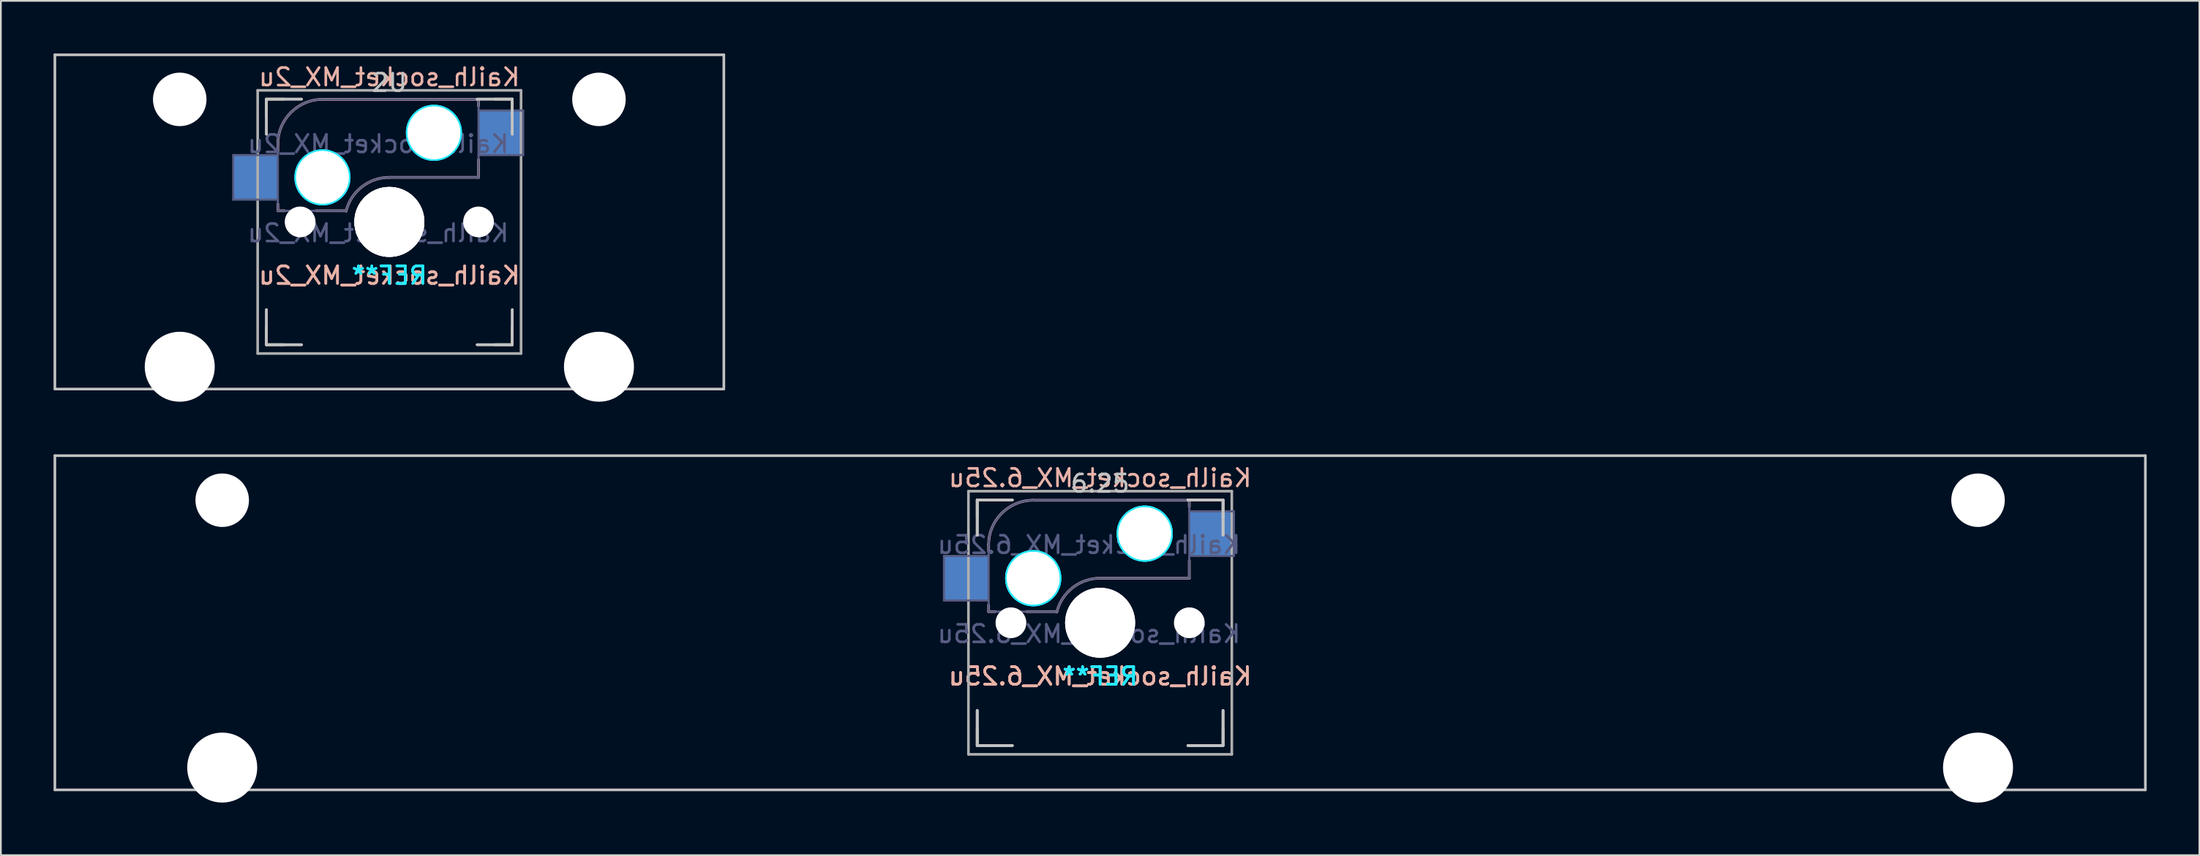
<source format=kicad_pcb>
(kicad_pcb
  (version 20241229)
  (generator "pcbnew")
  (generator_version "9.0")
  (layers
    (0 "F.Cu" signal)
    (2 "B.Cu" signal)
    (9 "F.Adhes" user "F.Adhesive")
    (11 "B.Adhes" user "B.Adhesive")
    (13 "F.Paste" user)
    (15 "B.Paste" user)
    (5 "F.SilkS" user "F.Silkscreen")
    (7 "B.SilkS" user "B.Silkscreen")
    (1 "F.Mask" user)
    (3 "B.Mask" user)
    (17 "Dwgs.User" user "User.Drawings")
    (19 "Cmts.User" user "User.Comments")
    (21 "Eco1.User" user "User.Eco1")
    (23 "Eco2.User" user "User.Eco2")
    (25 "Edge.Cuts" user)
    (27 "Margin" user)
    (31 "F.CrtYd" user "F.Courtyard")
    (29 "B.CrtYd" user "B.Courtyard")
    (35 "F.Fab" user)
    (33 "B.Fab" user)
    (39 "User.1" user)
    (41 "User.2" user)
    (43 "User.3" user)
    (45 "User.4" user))
  (footprint "Kailh_socket_MX_2u"
    (layer "F.Cu")
    (at 19.125 9.6)
    (property "Reference" "Kailh_socket_MX_2u" (at 0 -8.255 0) (layer "B.SilkS") (effects (font (size 1 1) (thickness 0.15)) (justify mirror)))
    (property "Value" "Kailh_socket_MX_2u" (at 0 8.255 0) (layer "F.Fab") (hide yes) (effects (font (size 1 1) (thickness 0.15))))
    (attr smd)
    (fp_line (start -7 -6) (end -7 -7) (stroke (width 0.15) (type solid)) (layer "F.SilkS"))
    (fp_line (start -7 7) (end -7 6) (stroke (width 0.15) (type solid)) (layer "F.SilkS"))
    (fp_line (start -7 7) (end -6 7) (stroke (width 0.15) (type solid)) (layer "F.SilkS"))
    (fp_line (start -6 -7) (end -7 -7) (stroke (width 0.15) (type solid)) (layer "F.SilkS"))
    (fp_line (start 6 7) (end 7 7) (stroke (width 0.15) (type solid)) (layer "F.SilkS"))
    (fp_line (start 7 -7) (end 6 -7) (stroke (width 0.15) (type solid)) (layer "F.SilkS"))
    (fp_line (start 7 -7) (end 7 -6) (stroke (width 0.15) (type solid)) (layer "F.SilkS"))
    (fp_line (start 7 6) (end 7 7) (stroke (width 0.15) (type solid)) (layer "F.SilkS"))
    (fp_line (start -6.35 -4.445) (end -6.35 -4.064) (stroke (width 0.15) (type solid)) (layer "B.SilkS"))
    (fp_line (start -6.35 -1.016) (end -6.35 -0.635) (stroke (width 0.15) (type solid)) (layer "B.SilkS"))
    (fp_line (start -5.969 -0.635) (end -6.35 -0.635) (stroke (width 0.15) (type solid)) (layer "B.SilkS"))
    (fp_line (start -3.81 -6.985) (end 5.08 -6.985) (stroke (width 0.15) (type solid)) (layer "B.SilkS"))
    (fp_line (start -2.464 -0.635) (end -4.191 -0.635) (stroke (width 0.15) (type solid)) (layer "B.SilkS"))
    (fp_line (start 5.08 -6.985) (end 5.08 -6.604) (stroke (width 0.15) (type solid)) (layer "B.SilkS"))
    (fp_line (start 5.08 -3.556) (end 5.08 -2.54) (stroke (width 0.15) (type solid)) (layer "B.SilkS"))
    (fp_line (start 5.08 -2.54) (end 0 -2.54) (stroke (width 0.15) (type solid)) (layer "B.SilkS"))
    (fp_arc (start -6.35 -4.445) (mid -5.606051 -6.241051) (end -3.81 -6.985) (stroke (width 0.15) (type solid)) (layer "B.SilkS"))
    (fp_arc (start -2.464162 -0.61604) (mid -1.563147 -2.002042) (end 0 -2.54) (stroke (width 0.15) (type solid)) (layer "B.SilkS"))
    (fp_line (start -19.05 -9.525) (end 19.05 -9.525) (stroke (width 0.15) (type solid)) (layer "Dwgs.User"))
    (fp_line (start -19.05 9.525) (end -19.05 -9.525) (stroke (width 0.15) (type solid)) (layer "Dwgs.User"))
    (fp_line (start -7 -7) (end -7 -5) (stroke (width 0.15) (type solid)) (layer "Dwgs.User"))
    (fp_line (start -7 -7) (end -7 -5) (stroke (width 0.15) (type solid)) (layer "Dwgs.User"))
    (fp_line (start -7 5) (end -7 7) (stroke (width 0.15) (type solid)) (layer "Dwgs.User"))
    (fp_line (start -7 5) (end -7 7) (stroke (width 0.15) (type solid)) (layer "Dwgs.User"))
    (fp_line (start -7 7) (end -5 7) (stroke (width 0.15) (type solid)) (layer "Dwgs.User"))
    (fp_line (start -7 7) (end -5 7) (stroke (width 0.15) (type solid)) (layer "Dwgs.User"))
    (fp_line (start -5 -7) (end -7 -7) (stroke (width 0.15) (type solid)) (layer "Dwgs.User"))
    (fp_line (start -5 -7) (end -7 -7) (stroke (width 0.15) (type solid)) (layer "Dwgs.User"))
    (fp_line (start 5 -7) (end 7 -7) (stroke (width 0.15) (type solid)) (layer "Dwgs.User"))
    (fp_line (start 5 -7) (end 7 -7) (stroke (width 0.15) (type solid)) (layer "Dwgs.User"))
    (fp_line (start 5 7) (end 7 7) (stroke (width 0.15) (type solid)) (layer "Dwgs.User"))
    (fp_line (start 5 7) (end 7 7) (stroke (width 0.15) (type solid)) (layer "Dwgs.User"))
    (fp_line (start 7 -7) (end 7 -5) (stroke (width 0.15) (type solid)) (layer "Dwgs.User"))
    (fp_line (start 7 -7) (end 7 -5) (stroke (width 0.15) (type solid)) (layer "Dwgs.User"))
    (fp_line (start 7 7) (end 7 5) (stroke (width 0.15) (type solid)) (layer "Dwgs.User"))
    (fp_line (start 7 7) (end 7 5) (stroke (width 0.15) (type solid)) (layer "Dwgs.User"))
    (fp_line (start 19.05 -9.525) (end 19.05 9.525) (stroke (width 0.15) (type solid)) (layer "Dwgs.User"))
    (fp_line (start 19.05 9.525) (end -19.05 9.525) (stroke (width 0.15) (type solid)) (layer "Dwgs.User"))
    (fp_line (start -6.9 6.9) (end -6.9 -6.9) (stroke (width 0.15) (type solid)) (layer "Eco2.User"))
    (fp_line (start -6.9 6.9) (end 6.9 6.9) (stroke (width 0.15) (type solid)) (layer "Eco2.User"))
    (fp_line (start 6.9 -6.9) (end -6.9 -6.9) (stroke (width 0.15) (type solid)) (layer "Eco2.User"))
    (fp_line (start 6.9 -6.9) (end 6.9 6.9) (stroke (width 0.15) (type solid)) (layer "Eco2.User"))
    (fp_circle (center -3.81 -2.54) (end -3.81 -4.064) (stroke (width 0.15) (type solid)) (fill no) (layer "B.CrtYd"))
    (fp_circle (center -3.81 -2.54) (end -3.81 -4.064) (stroke (width 0.15) (type solid)) (fill no) (layer "B.CrtYd"))
    (fp_circle (center 2.54 -5.08) (end 2.54 -6.604) (stroke (width 0.15) (type solid)) (fill no) (layer "B.CrtYd"))
    (fp_circle (center 2.54 -5.08) (end 2.54 -6.604) (stroke (width 0.15) (type solid)) (fill no) (layer "B.CrtYd"))
    (fp_line (start -8.89 -3.81) (end -6.35 -3.81) (stroke (width 0.12) (type solid)) (layer "B.Fab"))
    (fp_line (start -8.89 -1.27) (end -8.89 -3.81) (stroke (width 0.12) (type solid)) (layer "B.Fab"))
    (fp_line (start -6.35 -1.27) (end -8.89 -1.27) (stroke (width 0.12) (type solid)) (layer "B.Fab"))
    (fp_line (start -6.35 -0.635) (end -6.35 -4.445) (stroke (width 0.12) (type solid)) (layer "B.Fab"))
    (fp_line (start -6.35 -0.635) (end -2.54 -0.635) (stroke (width 0.12) (type solid)) (layer "B.Fab"))
    (fp_line (start -3.81 -6.985) (end 5.08 -6.985) (stroke (width 0.12) (type solid)) (layer "B.Fab"))
    (fp_line (start 5.08 -6.985) (end 5.08 -2.54) (stroke (width 0.12) (type solid)) (layer "B.Fab"))
    (fp_line (start 5.08 -6.35) (end 7.62 -6.35) (stroke (width 0.12) (type solid)) (layer "B.Fab"))
    (fp_line (start 5.08 -2.54) (end 0 -2.54) (stroke (width 0.12) (type solid)) (layer "B.Fab"))
    (fp_line (start 7.62 -6.35) (end 7.62 -3.81) (stroke (width 0.12) (type solid)) (layer "B.Fab"))
    (fp_line (start 7.62 -3.81) (end 5.08 -3.81) (stroke (width 0.12) (type solid)) (layer "B.Fab"))
    (fp_arc (start -6.35 -4.445) (mid -5.606051 -6.241051) (end -3.81 -6.985) (stroke (width 0.12) (type solid)) (layer "B.Fab"))
    (fp_arc (start -2.464162 -0.61604) (mid -1.563147 -2.002042) (end 0 -2.54) (stroke (width 0.12) (type solid)) (layer "B.Fab"))
    (fp_line (start -7.5 -7.5) (end 7.5 -7.5) (stroke (width 0.15) (type solid)) (layer "F.Fab"))
    (fp_line (start -7.5 7.5) (end -7.5 -7.5) (stroke (width 0.15) (type solid)) (layer "F.Fab"))
    (fp_line (start 7.5 -7.5) (end 7.5 7.5) (stroke (width 0.15) (type solid)) (layer "F.Fab"))
    (fp_line (start 7.5 7.5) (end -7.5 7.5) (stroke (width 0.15) (type solid)) (layer "F.Fab"))
    (fp_text user "${REFERENCE}" (at 0 3.048 0) (layer "B.SilkS") (effects (font (size 1 1) (thickness 0.15)) (justify mirror)))
    (fp_text user "${REFERENCE}" (at 0 3.048 0) (layer "B.SilkS") (effects (font (size 1 1) (thickness 0.15)) (justify mirror)))
    (fp_text user "2U" (at 0 -7.938 0) (layer "Dwgs.User") (effects (font (size 1 1) (thickness 0.15))))
    (fp_text user "REF**" (at 0 3.048 0) (layer "B.CrtYd") (effects (font (size 1 1) (thickness 0.15)) (justify mirror)))
    (fp_text user "REF**" (at 0 3.048 0) (layer "B.CrtYd") (effects (font (size 1 1) (thickness 0.15)) (justify mirror)))
    (fp_text user "${REFERENCE}" (at -0.635 -4.445 0) (layer "B.Fab") (effects (font (size 1 1) (thickness 0.15)) (justify mirror)))
    (fp_text user "${VALUE}" (at -0.635 0.635 0) (layer "B.Fab") (effects (font (size 1 1) (thickness 0.15)) (justify mirror)))
    (pad "" np_thru_hole circle (at -11.938 -6.985) (size 3.048 3.048) (drill 3.048) (layers "*.Cu" "*.Mask"))
    (pad "" np_thru_hole circle (at -11.938 8.255) (size 3.988 3.988) (drill 3.988) (layers "*.Cu" "*.Mask"))
    (pad "" np_thru_hole circle (at -5.08 0) (size 1.702 1.702) (drill 1.702) (layers "*.Cu" "*.Mask"))
    (pad "" np_thru_hole circle (at -5.08 0 48.1) (size 1.75 1.75) (drill 1.75) (layers "*.Cu" "*.Mask"))
    (pad "" np_thru_hole circle (at -3.81 -2.54) (size 3 3) (drill 3) (layers "*.Cu" "*.Mask"))
    (pad "" np_thru_hole circle (at -3.81 -2.54) (size 3 3) (drill 3) (layers "*.Cu" "*.Mask"))
    (pad "" np_thru_hole circle (at 0 0) (size 3.988 3.988) (drill 3.988) (layers "*.Cu" "*.Mask"))
    (pad "" np_thru_hole circle (at 0 0) (size 3.988 3.988) (drill 3.988) (layers "*.Cu" "*.Mask"))
    (pad "" np_thru_hole circle (at 0 0) (size 3.988 3.988) (drill 3.988) (layers "*.Cu" "*.Mask"))
    (pad "" np_thru_hole circle (at 2.54 -5.08) (size 3 3) (drill 3) (layers "*.Cu" "*.Mask"))
    (pad "" np_thru_hole circle (at 2.54 -5.08) (size 3 3) (drill 3) (layers "*.Cu" "*.Mask"))
    (pad "" np_thru_hole circle (at 5.08 0) (size 1.702 1.702) (drill 1.702) (layers "*.Cu" "*.Mask"))
    (pad "" np_thru_hole circle (at 5.08 0 48.1) (size 1.75 1.75) (drill 1.75) (layers "*.Cu" "*.Mask"))
    (pad "" np_thru_hole circle (at 11.938 -6.985) (size 3.048 3.048) (drill 3.048) (layers "*.Cu" "*.Mask"))
    (pad "" np_thru_hole circle (at 11.938 8.255) (size 3.988 3.988) (drill 3.988) (layers "*.Cu" "*.Mask"))
    (pad "1" smd rect (at -7.62 -2.54) (size 2.55 2.5) (layers "B.Cu" "B.Mask" "B.Paste"))
    (pad "2" smd rect (at 6.35 -5.08) (size 2.55 2.5) (layers "B.Cu" "B.Mask" "B.Paste")))
  (footprint "Kailh_socket_MX_6.25u"
    (layer "F.Cu")
    (at 59.606 32.449)
    (property "Reference" "Kailh_socket_MX_6.25u" (at 0 -8.255 0) (layer "B.SilkS") (effects (font (size 1 1) (thickness 0.15)) (justify mirror)))
    (property "Value" "Kailh_socket_MX_6.25u" (at 0 8.255 0) (layer "F.Fab") (hide yes) (effects (font (size 1 1) (thickness 0.15))))
    (attr smd)
    (fp_line (start -7 -6) (end -7 -7) (stroke (width 0.15) (type solid)) (layer "F.SilkS"))
    (fp_line (start -7 7) (end -7 6) (stroke (width 0.15) (type solid)) (layer "F.SilkS"))
    (fp_line (start -7 7) (end -6 7) (stroke (width 0.15) (type solid)) (layer "F.SilkS"))
    (fp_line (start -6 -7) (end -7 -7) (stroke (width 0.15) (type solid)) (layer "F.SilkS"))
    (fp_line (start 6 7) (end 7 7) (stroke (width 0.15) (type solid)) (layer "F.SilkS"))
    (fp_line (start 7 -7) (end 6 -7) (stroke (width 0.15) (type solid)) (layer "F.SilkS"))
    (fp_line (start 7 -7) (end 7 -6) (stroke (width 0.15) (type solid)) (layer "F.SilkS"))
    (fp_line (start 7 6) (end 7 7) (stroke (width 0.15) (type solid)) (layer "F.SilkS"))
    (fp_line (start -6.35 -4.445) (end -6.35 -4.064) (stroke (width 0.15) (type solid)) (layer "B.SilkS"))
    (fp_line (start -6.35 -1.016) (end -6.35 -0.635) (stroke (width 0.15) (type solid)) (layer "B.SilkS"))
    (fp_line (start -5.969 -0.635) (end -6.35 -0.635) (stroke (width 0.15) (type solid)) (layer "B.SilkS"))
    (fp_line (start -3.81 -6.985) (end 5.08 -6.985) (stroke (width 0.15) (type solid)) (layer "B.SilkS"))
    (fp_line (start -2.464 -0.635) (end -4.191 -0.635) (stroke (width 0.15) (type solid)) (layer "B.SilkS"))
    (fp_line (start 5.08 -6.985) (end 5.08 -6.604) (stroke (width 0.15) (type solid)) (layer "B.SilkS"))
    (fp_line (start 5.08 -3.556) (end 5.08 -2.54) (stroke (width 0.15) (type solid)) (layer "B.SilkS"))
    (fp_line (start 5.08 -2.54) (end 0 -2.54) (stroke (width 0.15) (type solid)) (layer "B.SilkS"))
    (fp_arc (start -6.35 -4.445) (mid -5.606051 -6.241051) (end -3.81 -6.985) (stroke (width 0.15) (type solid)) (layer "B.SilkS"))
    (fp_arc (start -2.464162 -0.61604) (mid -1.563147 -2.002042) (end 0 -2.54) (stroke (width 0.15) (type solid)) (layer "B.SilkS"))
    (fp_line (start -59.531 -9.525) (end 59.531 -9.525) (stroke (width 0.15) (type solid)) (layer "Dwgs.User"))
    (fp_line (start -59.531 9.525) (end -59.531 -9.525) (stroke (width 0.15) (type solid)) (layer "Dwgs.User"))
    (fp_line (start -7 -7) (end -7 -5) (stroke (width 0.15) (type solid)) (layer "Dwgs.User"))
    (fp_line (start -7 -7) (end -7 -5) (stroke (width 0.15) (type solid)) (layer "Dwgs.User"))
    (fp_line (start -7 -7) (end -7 -5) (stroke (width 0.15) (type solid)) (layer "Dwgs.User"))
    (fp_line (start -7 5) (end -7 7) (stroke (width 0.15) (type solid)) (layer "Dwgs.User"))
    (fp_line (start -7 5) (end -7 7) (stroke (width 0.15) (type solid)) (layer "Dwgs.User"))
    (fp_line (start -7 5) (end -7 7) (stroke (width 0.15) (type solid)) (layer "Dwgs.User"))
    (fp_line (start -7 7) (end -5 7) (stroke (width 0.15) (type solid)) (layer "Dwgs.User"))
    (fp_line (start -7 7) (end -5 7) (stroke (width 0.15) (type solid)) (layer "Dwgs.User"))
    (fp_line (start -7 7) (end -5 7) (stroke (width 0.15) (type solid)) (layer "Dwgs.User"))
    (fp_line (start -5 -7) (end -7 -7) (stroke (width 0.15) (type solid)) (layer "Dwgs.User"))
    (fp_line (start -5 -7) (end -7 -7) (stroke (width 0.15) (type solid)) (layer "Dwgs.User"))
    (fp_line (start -5 -7) (end -7 -7) (stroke (width 0.15) (type solid)) (layer "Dwgs.User"))
    (fp_line (start 5 -7) (end 7 -7) (stroke (width 0.15) (type solid)) (layer "Dwgs.User"))
    (fp_line (start 5 -7) (end 7 -7) (stroke (width 0.15) (type solid)) (layer "Dwgs.User"))
    (fp_line (start 5 -7) (end 7 -7) (stroke (width 0.15) (type solid)) (layer "Dwgs.User"))
    (fp_line (start 5 7) (end 7 7) (stroke (width 0.15) (type solid)) (layer "Dwgs.User"))
    (fp_line (start 5 7) (end 7 7) (stroke (width 0.15) (type solid)) (layer "Dwgs.User"))
    (fp_line (start 5 7) (end 7 7) (stroke (width 0.15) (type solid)) (layer "Dwgs.User"))
    (fp_line (start 7 -7) (end 7 -5) (stroke (width 0.15) (type solid)) (layer "Dwgs.User"))
    (fp_line (start 7 -7) (end 7 -5) (stroke (width 0.15) (type solid)) (layer "Dwgs.User"))
    (fp_line (start 7 -7) (end 7 -5) (stroke (width 0.15) (type solid)) (layer "Dwgs.User"))
    (fp_line (start 7 7) (end 7 5) (stroke (width 0.15) (type solid)) (layer "Dwgs.User"))
    (fp_line (start 7 7) (end 7 5) (stroke (width 0.15) (type solid)) (layer "Dwgs.User"))
    (fp_line (start 7 7) (end 7 5) (stroke (width 0.15) (type solid)) (layer "Dwgs.User"))
    (fp_line (start 59.531 -9.525) (end 59.531 9.525) (stroke (width 0.15) (type solid)) (layer "Dwgs.User"))
    (fp_line (start 59.531 9.525) (end -59.531 9.525) (stroke (width 0.15) (type solid)) (layer "Dwgs.User"))
    (fp_line (start -6.9 6.9) (end -6.9 -6.9) (stroke (width 0.15) (type solid)) (layer "Eco2.User"))
    (fp_line (start -6.9 6.9) (end 6.9 6.9) (stroke (width 0.15) (type solid)) (layer "Eco2.User"))
    (fp_line (start 6.9 -6.9) (end -6.9 -6.9) (stroke (width 0.15) (type solid)) (layer "Eco2.User"))
    (fp_line (start 6.9 -6.9) (end 6.9 6.9) (stroke (width 0.15) (type solid)) (layer "Eco2.User"))
    (fp_circle (center -3.81 -2.54) (end -3.81 -4.064) (stroke (width 0.15) (type solid)) (fill no) (layer "B.CrtYd"))
    (fp_circle (center -3.81 -2.54) (end -3.81 -4.064) (stroke (width 0.15) (type solid)) (fill no) (layer "B.CrtYd"))
    (fp_circle (center -3.81 -2.54) (end -3.81 -4.064) (stroke (width 0.15) (type solid)) (fill no) (layer "B.CrtYd"))
    (fp_circle (center 2.54 -5.08) (end 2.54 -6.604) (stroke (width 0.15) (type solid)) (fill no) (layer "B.CrtYd"))
    (fp_circle (center 2.54 -5.08) (end 2.54 -6.604) (stroke (width 0.15) (type solid)) (fill no) (layer "B.CrtYd"))
    (fp_circle (center 2.54 -5.08) (end 2.54 -6.604) (stroke (width 0.15) (type solid)) (fill no) (layer "B.CrtYd"))
    (fp_line (start -8.89 -3.81) (end -6.35 -3.81) (stroke (width 0.12) (type solid)) (layer "B.Fab"))
    (fp_line (start -8.89 -1.27) (end -8.89 -3.81) (stroke (width 0.12) (type solid)) (layer "B.Fab"))
    (fp_line (start -6.35 -1.27) (end -8.89 -1.27) (stroke (width 0.12) (type solid)) (layer "B.Fab"))
    (fp_line (start -6.35 -0.635) (end -6.35 -4.445) (stroke (width 0.12) (type solid)) (layer "B.Fab"))
    (fp_line (start -6.35 -0.635) (end -2.54 -0.635) (stroke (width 0.12) (type solid)) (layer "B.Fab"))
    (fp_line (start -3.81 -6.985) (end 5.08 -6.985) (stroke (width 0.12) (type solid)) (layer "B.Fab"))
    (fp_line (start 5.08 -6.985) (end 5.08 -2.54) (stroke (width 0.12) (type solid)) (layer "B.Fab"))
    (fp_line (start 5.08 -6.35) (end 7.62 -6.35) (stroke (width 0.12) (type solid)) (layer "B.Fab"))
    (fp_line (start 5.08 -2.54) (end 0 -2.54) (stroke (width 0.12) (type solid)) (layer "B.Fab"))
    (fp_line (start 7.62 -6.35) (end 7.62 -3.81) (stroke (width 0.12) (type solid)) (layer "B.Fab"))
    (fp_line (start 7.62 -3.81) (end 5.08 -3.81) (stroke (width 0.12) (type solid)) (layer "B.Fab"))
    (fp_arc (start -6.35 -4.445) (mid -5.606051 -6.241051) (end -3.81 -6.985) (stroke (width 0.12) (type solid)) (layer "B.Fab"))
    (fp_arc (start -2.464162 -0.61604) (mid -1.563147 -2.002042) (end 0 -2.54) (stroke (width 0.12) (type solid)) (layer "B.Fab"))
    (fp_line (start -7.5 -7.5) (end 7.5 -7.5) (stroke (width 0.15) (type solid)) (layer "F.Fab"))
    (fp_line (start -7.5 7.5) (end -7.5 -7.5) (stroke (width 0.15) (type solid)) (layer "F.Fab"))
    (fp_line (start 7.5 -7.5) (end 7.5 7.5) (stroke (width 0.15) (type solid)) (layer "F.Fab"))
    (fp_line (start 7.5 7.5) (end -7.5 7.5) (stroke (width 0.15) (type solid)) (layer "F.Fab"))
    (fp_text user "${REFERENCE}" (at 0 3.048 0) (layer "B.SilkS") (effects (font (size 1 1) (thickness 0.15)) (justify mirror)))
    (fp_text user "${REFERENCE}" (at 0 3.048 0) (layer "B.SilkS") (effects (font (size 1 1) (thickness 0.15)) (justify mirror)))
    (fp_text user "${REFERENCE}" (at 0 3.048 0) (layer "B.SilkS") (effects (font (size 1 1) (thickness 0.15)) (justify mirror)))
    (fp_text user "6.25" (at 0 -7.938 0) (layer "Dwgs.User") (effects (font (size 1 1) (thickness 0.15))))
    (fp_text user "REF**" (at 0 3.048 0) (layer "B.CrtYd") (effects (font (size 1 1) (thickness 0.15)) (justify mirror)))
    (fp_text user "REF**" (at 0 3.048 0) (layer "B.CrtYd") (effects (font (size 1 1) (thickness 0.15)) (justify mirror)))
    (fp_text user "REF**" (at 0 3.048 0) (layer "B.CrtYd") (effects (font (size 1 1) (thickness 0.15)) (justify mirror)))
    (fp_text user "${VALUE}" (at -0.635 0.635 0) (layer "B.Fab") (effects (font (size 1 1) (thickness 0.15)) (justify mirror)))
    (fp_text user "${REFERENCE}" (at -0.635 -4.445 0) (layer "B.Fab") (effects (font (size 1 1) (thickness 0.15)) (justify mirror)))
    (pad "" np_thru_hole circle (at -50 -6.985) (size 3.048 3.048) (drill 3.048) (layers "*.Cu" "*.Mask"))
    (pad "" np_thru_hole circle (at -50 8.255) (size 3.988 3.988) (drill 3.988) (layers "*.Cu" "*.Mask"))
    (pad "" np_thru_hole circle (at -5.08 0) (size 1.702 1.702) (drill 1.702) (layers "*.Cu" "*.Mask"))
    (pad "" np_thru_hole circle (at -5.08 0 48.1) (size 1.75 1.75) (drill 1.75) (layers "*.Cu" "*.Mask"))
    (pad "" np_thru_hole circle (at -3.81 -2.54) (size 3 3) (drill 3) (layers "*.Cu" "*.Mask"))
    (pad "" np_thru_hole circle (at -3.81 -2.54) (size 3 3) (drill 3) (layers "*.Cu" "*.Mask"))
    (pad "" np_thru_hole circle (at 0 0) (size 3.988 3.988) (drill 3.988) (layers "*.Cu" "*.Mask"))
    (pad "" np_thru_hole circle (at 0 0) (size 3.988 3.988) (drill 3.988) (layers "*.Cu" "*.Mask"))
    (pad "" np_thru_hole circle (at 2.54 -5.08) (size 3 3) (drill 3) (layers "*.Cu" "*.Mask"))
    (pad "" np_thru_hole circle (at 2.54 -5.08) (size 3 3) (drill 3) (layers "*.Cu" "*.Mask"))
    (pad "" np_thru_hole circle (at 5.08 0) (size 1.702 1.702) (drill 1.702) (layers "*.Cu" "*.Mask"))
    (pad "" np_thru_hole circle (at 5.08 0 48.1) (size 1.75 1.75) (drill 1.75) (layers "*.Cu" "*.Mask"))
    (pad "" np_thru_hole circle (at 50 -6.985) (size 3.048 3.048) (drill 3.048) (layers "*.Cu" "*.Mask"))
    (pad "" np_thru_hole circle (at 50 8.255) (size 3.988 3.988) (drill 3.988) (layers "*.Cu" "*.Mask"))
    (pad "1" smd rect (at -7.62 -2.54) (size 2.55 2.5) (layers "B.Cu" "B.Mask" "B.Paste"))
    (pad "2" smd rect (at 6.35 -5.08) (size 2.55 2.5) (layers "B.Cu" "B.Mask" "B.Paste")))
  (gr_rect
    (start -3 -3)
    (end 122.213 45.698)
    (stroke (width 0.1) (type default))
    (fill no)
    (layer "Edge.Cuts")))
</source>
